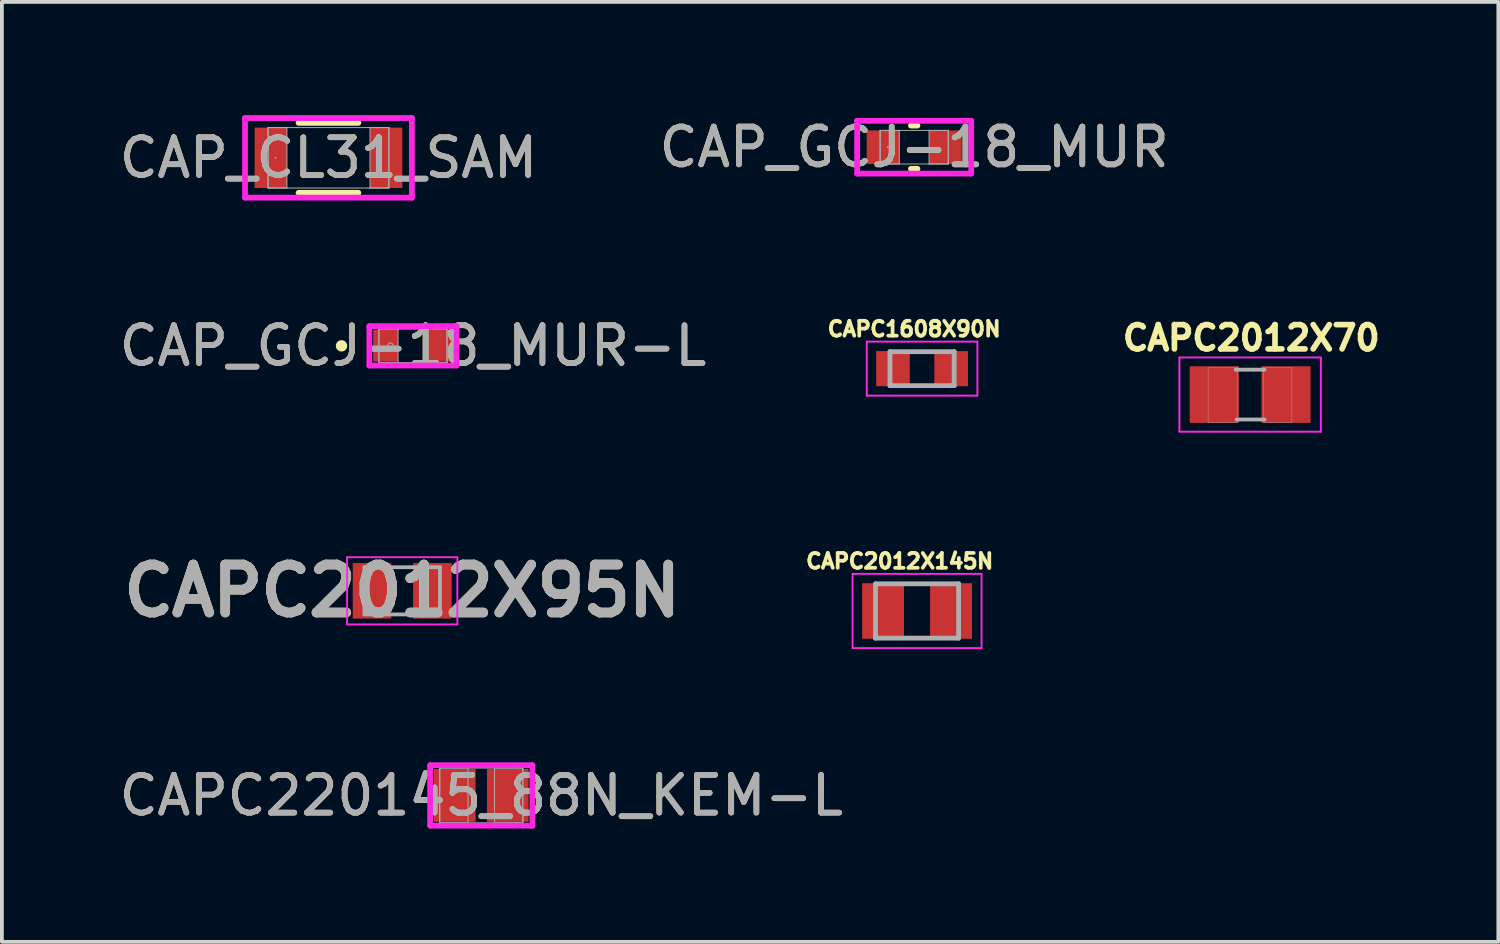
<source format=kicad_pcb>
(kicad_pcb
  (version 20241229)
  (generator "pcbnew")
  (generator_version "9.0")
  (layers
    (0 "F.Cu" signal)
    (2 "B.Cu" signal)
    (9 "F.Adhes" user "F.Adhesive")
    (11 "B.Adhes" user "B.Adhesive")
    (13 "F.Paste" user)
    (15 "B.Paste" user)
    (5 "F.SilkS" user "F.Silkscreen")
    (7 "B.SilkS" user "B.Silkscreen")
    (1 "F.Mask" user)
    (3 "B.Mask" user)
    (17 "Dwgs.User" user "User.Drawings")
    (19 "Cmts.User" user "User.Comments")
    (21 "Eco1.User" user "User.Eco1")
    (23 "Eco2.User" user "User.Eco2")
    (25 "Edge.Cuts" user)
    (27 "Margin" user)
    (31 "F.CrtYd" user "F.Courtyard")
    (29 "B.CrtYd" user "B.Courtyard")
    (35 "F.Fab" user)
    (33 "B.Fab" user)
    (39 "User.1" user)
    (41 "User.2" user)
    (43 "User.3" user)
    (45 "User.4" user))
  (footprint "CAPC2012X70"
    (layer "F.Cu")
    (at 30.058 7.4)
    (property "Reference" "CAPC2012X70" (at 0.031 -1.5 0) (layer "F.SilkS") (effects (font (size 0.643 0.643) (thickness 0.15))))
    (attr smd)
    (fp_line (start -1.873 -0.983) (end 1.873 -0.983) (stroke (width 0.051) (type solid)) (layer "F.CrtYd"))
    (fp_line (start -1.873 0.983) (end -1.873 -0.983) (stroke (width 0.051) (type solid)) (layer "F.CrtYd"))
    (fp_line (start 1.873 -0.983) (end 1.873 0.983) (stroke (width 0.051) (type solid)) (layer "F.CrtYd"))
    (fp_line (start 1.873 0.983) (end -1.873 0.983) (stroke (width 0.051) (type solid)) (layer "F.CrtYd"))
    (fp_line (start -0.381 -0.66) (end 0.381 -0.66) (stroke (width 0.102) (type solid)) (layer "F.Fab"))
    (fp_line (start -0.356 0.66) (end 0.381 0.66) (stroke (width 0.102) (type solid)) (layer "F.Fab"))
    (fp_poly (pts (xy -1.113 -0.726) (xy -0.342 -0.726) (xy -0.342 0.738) (xy -1.113 0.738)) (stroke (width 0.01) (type solid)) (fill no) (layer "F.Fab"))
    (fp_poly (pts (xy 0.362 -0.726) (xy 1.106 -0.726) (xy 1.106 0.738) (xy 0.362 0.738)) (stroke (width 0.01) (type solid)) (fill no) (layer "F.Fab"))
    (pad "1" smd rect (at -0.95 0) (size 1.3 1.5) (layers "F.Cu" "F.Mask" "F.Paste"))
    (pad "2" smd rect (at 0.95 0) (size 1.3 1.5) (layers "F.Cu" "F.Mask" "F.Paste")))
  (footprint "CAP_GCJ-18_MUR-L"
    (layer "F.Cu")
    (at 7.887 6.109)
    (property "Reference" "CAP_GCJ-18_MUR-L" (at 0 0 0) (unlocked yes) (layer "F.SilkS") (effects (font (size 1 1) (thickness 0.15))))
    (attr smd)
    (fp_circle (center -1.892 0) (end -1.816 0) (stroke (width 0.152) (type solid)) (fill no) (layer "F.SilkS"))
    (fp_line (start -1.156 -0.521) (end 1.156 -0.521) (stroke (width 0.152) (type solid)) (layer "F.CrtYd"))
    (fp_line (start -1.156 0.521) (end -1.156 -0.521) (stroke (width 0.152) (type solid)) (layer "F.CrtYd"))
    (fp_line (start 1.156 -0.521) (end 1.156 0.521) (stroke (width 0.152) (type solid)) (layer "F.CrtYd"))
    (fp_line (start 1.156 0.521) (end -1.156 0.521) (stroke (width 0.152) (type solid)) (layer "F.CrtYd"))
    (fp_line (start -0.902 -0.445) (end -0.902 0.445) (stroke (width 0.025) (type solid)) (layer "F.Fab"))
    (fp_line (start -0.902 -0.445) (end -0.902 0.445) (stroke (width 0.025) (type solid)) (layer "F.Fab"))
    (fp_line (start -0.902 0.445) (end -0.394 0.445) (stroke (width 0.025) (type solid)) (layer "F.Fab"))
    (fp_line (start -0.902 0.445) (end 0.902 0.445) (stroke (width 0.025) (type solid)) (layer "F.Fab"))
    (fp_line (start -0.394 -0.445) (end -0.902 -0.445) (stroke (width 0.025) (type solid)) (layer "F.Fab"))
    (fp_line (start -0.394 0.445) (end -0.394 -0.445) (stroke (width 0.025) (type solid)) (layer "F.Fab"))
    (fp_line (start 0.394 -0.445) (end 0.394 0.445) (stroke (width 0.025) (type solid)) (layer "F.Fab"))
    (fp_line (start 0.394 0.445) (end 0.902 0.445) (stroke (width 0.025) (type solid)) (layer "F.Fab"))
    (fp_line (start 0.902 -0.445) (end -0.902 -0.445) (stroke (width 0.025) (type solid)) (layer "F.Fab"))
    (fp_line (start 0.902 -0.445) (end 0.394 -0.445) (stroke (width 0.025) (type solid)) (layer "F.Fab"))
    (fp_line (start 0.902 0.445) (end 0.902 -0.445) (stroke (width 0.025) (type solid)) (layer "F.Fab"))
    (fp_line (start 0.902 0.445) (end 0.902 -0.445) (stroke (width 0.025) (type solid)) (layer "F.Fab"))
    (fp_circle (center -0.597 0) (end -0.521 0) (stroke (width 0.025) (type solid)) (fill no) (layer "F.Fab"))
    (fp_text user "${REFERENCE}" (at 0 0 0) (unlocked yes) (layer "F.Fab") (effects (font (size 1 1) (thickness 0.15))))
    (pad "1" smd rect (at -0.724 0) (size 0.66 0.838) (layers "F.Cu" "F.Mask" "F.Paste"))
    (pad "2" smd rect (at 0.724 0) (size 0.66 0.838) (layers "F.Cu" "F.Mask" "F.Paste"))
    (zone (net_name "") (layer "F.Cu") (hatch full 0.508) (connect_pads) (min_thickness 0.254) (filled_areas_thickness no) (keepout (tracks not_allowed) (vias not_allowed) (pads allowed) (copperpour not_allowed) (footprints allowed)) (placement (enabled no)) (fill) (polygon (pts (xy 7.544 5.715) (xy 8.23 5.715) (xy 8.23 6.502) (xy 7.544 6.502)))))
  (footprint "CAP_GCJ-18_MUR"
    (layer "F.Cu")
    (at 21.161 0.848)
    (property "Reference" "CAP_GCJ-18_MUR" (at 0 0 0) (unlocked yes) (layer "F.SilkS") (effects (font (size 1 1) (thickness 0.15))))
    (attr smd)
    (fp_line (start -0.086 0.572) (end 0.086 0.572) (stroke (width 0.152) (type solid)) (layer "F.SilkS"))
    (fp_line (start 0.086 -0.572) (end -0.086 -0.572) (stroke (width 0.152) (type solid)) (layer "F.SilkS"))
    (fp_line (start -1.511 -0.699) (end 1.511 -0.699) (stroke (width 0.152) (type solid)) (layer "F.CrtYd"))
    (fp_line (start -1.511 0.699) (end -1.511 -0.699) (stroke (width 0.152) (type solid)) (layer "F.CrtYd"))
    (fp_line (start 1.511 -0.699) (end 1.511 0.699) (stroke (width 0.152) (type solid)) (layer "F.CrtYd"))
    (fp_line (start 1.511 0.699) (end -1.511 0.699) (stroke (width 0.152) (type solid)) (layer "F.CrtYd"))
    (fp_line (start -0.902 -0.445) (end -0.902 0.445) (stroke (width 0.025) (type solid)) (layer "F.Fab"))
    (fp_line (start -0.902 -0.445) (end -0.902 0.445) (stroke (width 0.025) (type solid)) (layer "F.Fab"))
    (fp_line (start -0.902 0.445) (end -0.394 0.445) (stroke (width 0.025) (type solid)) (layer "F.Fab"))
    (fp_line (start -0.902 0.445) (end 0.902 0.445) (stroke (width 0.025) (type solid)) (layer "F.Fab"))
    (fp_line (start -0.394 -0.445) (end -0.902 -0.445) (stroke (width 0.025) (type solid)) (layer "F.Fab"))
    (fp_line (start -0.394 0.445) (end -0.394 -0.445) (stroke (width 0.025) (type solid)) (layer "F.Fab"))
    (fp_line (start 0.394 -0.445) (end 0.394 0.445) (stroke (width 0.025) (type solid)) (layer "F.Fab"))
    (fp_line (start 0.394 0.445) (end 0.902 0.445) (stroke (width 0.025) (type solid)) (layer "F.Fab"))
    (fp_line (start 0.902 -0.445) (end -0.902 -0.445) (stroke (width 0.025) (type solid)) (layer "F.Fab"))
    (fp_line (start 0.902 -0.445) (end 0.394 -0.445) (stroke (width 0.025) (type solid)) (layer "F.Fab"))
    (fp_line (start 0.902 0.445) (end 0.902 -0.445) (stroke (width 0.025) (type solid)) (layer "F.Fab"))
    (fp_line (start 0.902 0.445) (end 0.902 -0.445) (stroke (width 0.025) (type solid)) (layer "F.Fab"))
    (fp_circle (center -0.699 0) (end -0.699 0) (stroke (width 0.025) (type solid)) (fill no) (layer "F.Fab"))
    (fp_text user "${REFERENCE}" (at 0 0 0) (unlocked yes) (layer "F.Fab") (effects (font (size 1 1) (thickness 0.15))))
    (pad "1" smd rect (at -0.826 0) (size 0.864 0.889) (layers "F.Cu" "F.Mask" "F.Paste"))
    (pad "2" smd rect (at 0.826 0) (size 0.864 0.889) (layers "F.Cu" "F.Mask" "F.Paste")))
  (footprint "CAPC2012X145N"
    (layer "F.Cu")
    (at 21.237 13.131)
    (property "Reference" "CAPC2012X145N" (at -0.46 -1.32 0) (layer "F.SilkS") (effects (font (size 0.394 0.394) (thickness 0.15))))
    (attr smd)
    (fp_line (start -1.708 -0.983) (end 1.708 -0.983) (stroke (width 0.05) (type solid)) (layer "F.CrtYd"))
    (fp_line (start -1.708 0.983) (end -1.708 -0.983) (stroke (width 0.05) (type solid)) (layer "F.CrtYd"))
    (fp_line (start -1.708 0.983) (end 1.708 0.983) (stroke (width 0.05) (type solid)) (layer "F.CrtYd"))
    (fp_line (start 1.708 0.983) (end 1.708 -0.983) (stroke (width 0.05) (type solid)) (layer "F.CrtYd"))
    (fp_line (start -1.1 0.72) (end -1.1 -0.72) (stroke (width 0.127) (type solid)) (layer "F.Fab"))
    (fp_line (start 1.1 -0.72) (end -1.1 -0.72) (stroke (width 0.127) (type solid)) (layer "F.Fab"))
    (fp_line (start 1.1 0.72) (end -1.1 0.72) (stroke (width 0.127) (type solid)) (layer "F.Fab"))
    (fp_line (start 1.1 0.72) (end 1.1 -0.72) (stroke (width 0.127) (type solid)) (layer "F.Fab"))
    (pad "1" smd rect (at -0.9 0) (size 1.11 1.47) (layers "F.Cu" "F.Mask" "F.Paste"))
    (pad "2" smd rect (at 0.9 0) (size 1.11 1.47) (layers "F.Cu" "F.Mask" "F.Paste")))
  (footprint "CAPC220145_88N_KEM-L"
    (layer "F.Cu")
    (at 9.696 18.016)
    (property "Reference" "CAPC220145_88N_KEM-L" (at 0 0 0) (unlocked yes) (layer "F.SilkS") (effects (font (size 1 1) (thickness 0.15))))
    (attr smd)
    (fp_line (start -1.354 -0.801) (end 1.354 -0.801) (stroke (width 0.152) (type solid)) (layer "F.CrtYd"))
    (fp_line (start -1.354 0.801) (end -1.354 -0.801) (stroke (width 0.152) (type solid)) (layer "F.CrtYd"))
    (fp_line (start 1.354 -0.801) (end 1.354 0.801) (stroke (width 0.152) (type solid)) (layer "F.CrtYd"))
    (fp_line (start 1.354 0.801) (end -1.354 0.801) (stroke (width 0.152) (type solid)) (layer "F.CrtYd"))
    (fp_line (start -1.1 -0.725) (end -1.1 0.725) (stroke (width 0.025) (type solid)) (layer "F.Fab"))
    (fp_line (start -1.1 -0.725) (end -1.1 0.725) (stroke (width 0.025) (type solid)) (layer "F.Fab"))
    (fp_line (start -1.1 0.725) (end -0.35 0.725) (stroke (width 0.025) (type solid)) (layer "F.Fab"))
    (fp_line (start -1.1 0.725) (end 1.1 0.725) (stroke (width 0.025) (type solid)) (layer "F.Fab"))
    (fp_line (start -0.35 -0.725) (end -1.1 -0.725) (stroke (width 0.025) (type solid)) (layer "F.Fab"))
    (fp_line (start -0.35 0.725) (end -0.35 -0.725) (stroke (width 0.025) (type solid)) (layer "F.Fab"))
    (fp_line (start 0.35 -0.725) (end 0.35 0.725) (stroke (width 0.025) (type solid)) (layer "F.Fab"))
    (fp_line (start 0.35 0.725) (end 1.1 0.725) (stroke (width 0.025) (type solid)) (layer "F.Fab"))
    (fp_line (start 1.1 -0.725) (end -1.1 -0.725) (stroke (width 0.025) (type solid)) (layer "F.Fab"))
    (fp_line (start 1.1 -0.725) (end 0.35 -0.725) (stroke (width 0.025) (type solid)) (layer "F.Fab"))
    (fp_line (start 1.1 0.725) (end 1.1 -0.725) (stroke (width 0.025) (type solid)) (layer "F.Fab"))
    (fp_line (start 1.1 0.725) (end 1.1 -0.725) (stroke (width 0.025) (type solid)) (layer "F.Fab"))
    (fp_text user "${REFERENCE}" (at 0 0 0) (unlocked yes) (layer "F.Fab") (effects (font (size 1 1) (thickness 0.15))))
    (pad "1" smd rect (at -0.701 0) (size 1.102 1.399) (layers "F.Cu" "F.Mask" "F.Paste"))
    (pad "2" smd rect (at 0.701 0) (size 1.102 1.399) (layers "F.Cu" "F.Mask" "F.Paste"))
    (zone (net_name "") (layer "F.Cu") (hatch full 0.508) (connect_pads) (min_thickness 0.254) (filled_areas_thickness no) (keepout (tracks not_allowed) (vias not_allowed) (pads allowed) (copperpour not_allowed) (footprints allowed)) (placement (enabled no)) (fill) (polygon (pts (xy 9.597 17.342) (xy 9.796 17.342) (xy 9.796 18.691) (xy 9.597 18.691)))))
  (footprint "CAPC2012X95N"
    (layer "F.Cu")
    (at 7.602 12.597)
    (property "Reference" "CAPC2012X95N" (at 0 0 0) (layer "F.SilkS") (effects (font (size 1.27 1.27) (thickness 0.254))))
    (attr smd)
    (fp_line (start -1.46 -0.89) (end 1.46 -0.89) (stroke (width 0.05) (type solid)) (layer "F.CrtYd"))
    (fp_line (start -1.46 0.89) (end -1.46 -0.89) (stroke (width 0.05) (type solid)) (layer "F.CrtYd"))
    (fp_line (start 1.46 -0.89) (end 1.46 0.89) (stroke (width 0.05) (type solid)) (layer "F.CrtYd"))
    (fp_line (start 1.46 0.89) (end -1.46 0.89) (stroke (width 0.05) (type solid)) (layer "F.CrtYd"))
    (fp_line (start -1 -0.625) (end 1 -0.625) (stroke (width 0.1) (type solid)) (layer "F.Fab"))
    (fp_line (start -1 0.625) (end -1 -0.625) (stroke (width 0.1) (type solid)) (layer "F.Fab"))
    (fp_line (start 1 -0.625) (end 1 0.625) (stroke (width 0.1) (type solid)) (layer "F.Fab"))
    (fp_line (start 1 0.625) (end -1 0.625) (stroke (width 0.1) (type solid)) (layer "F.Fab"))
    (fp_text user "${REFERENCE}" (at 0 0 0) (layer "F.Fab") (effects (font (size 1.27 1.27) (thickness 0.254))))
    (pad "1" smd rect (at -0.8 0) (size 1.02 1.47) (layers "F.Cu" "F.Mask" "F.Paste"))
    (pad "2" smd rect (at 0.8 0) (size 1.02 1.47) (layers "F.Cu" "F.Mask" "F.Paste")))
  (footprint "CAP_CL31_SAM"
    (layer "F.Cu")
    (at 5.649 1.13)
    (property "Reference" "CAP_CL31_SAM" (at 0 0 0) (unlocked yes) (layer "F.SilkS") (effects (font (size 1 1) (thickness 0.15))))
    (attr smd)
    (fp_line (start -0.792 0.927) (end 0.792 0.927) (stroke (width 0.152) (type solid)) (layer "F.SilkS"))
    (fp_line (start 0.792 -0.927) (end -0.792 -0.927) (stroke (width 0.152) (type solid)) (layer "F.SilkS"))
    (fp_line (start -2.21 -1.054) (end 2.21 -1.054) (stroke (width 0.152) (type solid)) (layer "F.CrtYd"))
    (fp_line (start -2.21 1.054) (end -2.21 -1.054) (stroke (width 0.152) (type solid)) (layer "F.CrtYd"))
    (fp_line (start 2.21 -1.054) (end 2.21 1.054) (stroke (width 0.152) (type solid)) (layer "F.CrtYd"))
    (fp_line (start 2.21 1.054) (end -2.21 1.054) (stroke (width 0.152) (type solid)) (layer "F.CrtYd"))
    (fp_line (start -1.6 -0.8) (end -1.6 0.8) (stroke (width 0.025) (type solid)) (layer "F.Fab"))
    (fp_line (start -1.6 -0.8) (end -1.6 0.8) (stroke (width 0.025) (type solid)) (layer "F.Fab"))
    (fp_line (start -1.6 0.8) (end -1.1 0.8) (stroke (width 0.025) (type solid)) (layer "F.Fab"))
    (fp_line (start -1.6 0.8) (end 1.6 0.8) (stroke (width 0.025) (type solid)) (layer "F.Fab"))
    (fp_line (start -1.1 -0.8) (end -1.6 -0.8) (stroke (width 0.025) (type solid)) (layer "F.Fab"))
    (fp_line (start -1.1 0.8) (end -1.1 -0.8) (stroke (width 0.025) (type solid)) (layer "F.Fab"))
    (fp_line (start 1.1 -0.8) (end 1.1 0.8) (stroke (width 0.025) (type solid)) (layer "F.Fab"))
    (fp_line (start 1.1 0.8) (end 1.6 0.8) (stroke (width 0.025) (type solid)) (layer "F.Fab"))
    (fp_line (start 1.6 -0.8) (end -1.6 -0.8) (stroke (width 0.025) (type solid)) (layer "F.Fab"))
    (fp_line (start 1.6 -0.8) (end 1.1 -0.8) (stroke (width 0.025) (type solid)) (layer "F.Fab"))
    (fp_line (start 1.6 0.8) (end 1.6 -0.8) (stroke (width 0.025) (type solid)) (layer "F.Fab"))
    (fp_line (start 1.6 0.8) (end 1.6 -0.8) (stroke (width 0.025) (type solid)) (layer "F.Fab"))
    (fp_circle (center -1.401 0) (end -1.401 0) (stroke (width 0.025) (type solid)) (fill no) (layer "F.Fab"))
    (fp_text user "${REFERENCE}" (at 0 0 0) (unlocked yes) (layer "F.Fab") (effects (font (size 1 1) (thickness 0.15))))
    (pad "1" smd rect (at -1.528 0) (size 0.856 1.6) (layers "F.Cu" "F.Mask" "F.Paste"))
    (pad "2" smd rect (at 1.528 0) (size 0.856 1.6) (layers "F.Cu" "F.Mask" "F.Paste")))
  (footprint "CAPC1608X90N"
    (layer "F.Cu")
    (at 21.37 6.713)
    (property "Reference" "CAPC1608X90N" (at -0.21 -1.05 0) (layer "F.SilkS") (effects (font (size 0.394 0.394) (thickness 0.15))))
    (attr smd)
    (fp_line (start -1.465 -0.715) (end 1.465 -0.715) (stroke (width 0.05) (type solid)) (layer "F.CrtYd"))
    (fp_line (start -1.465 0.715) (end -1.465 -0.715) (stroke (width 0.05) (type solid)) (layer "F.CrtYd"))
    (fp_line (start -1.465 0.715) (end 1.465 0.715) (stroke (width 0.05) (type solid)) (layer "F.CrtYd"))
    (fp_line (start 1.465 0.715) (end 1.465 -0.715) (stroke (width 0.05) (type solid)) (layer "F.CrtYd"))
    (fp_line (start -0.85 0.45) (end -0.85 -0.45) (stroke (width 0.127) (type solid)) (layer "F.Fab"))
    (fp_line (start 0.85 -0.45) (end -0.85 -0.45) (stroke (width 0.127) (type solid)) (layer "F.Fab"))
    (fp_line (start 0.85 0.45) (end -0.85 0.45) (stroke (width 0.127) (type solid)) (layer "F.Fab"))
    (fp_line (start 0.85 0.45) (end 0.85 -0.45) (stroke (width 0.127) (type solid)) (layer "F.Fab"))
    (pad "1" smd rect (at -0.77 0) (size 0.89 0.93) (layers "F.Cu" "F.Mask" "F.Paste"))
    (pad "2" smd rect (at 0.77 0) (size 0.89 0.93) (layers "F.Cu" "F.Mask" "F.Paste")))
  (gr_rect
    (start -3 -3)
    (end 36.631 21.894)
    (stroke (width 0.1) (type default))
    (fill no)
    (layer "Edge.Cuts")))
</source>
